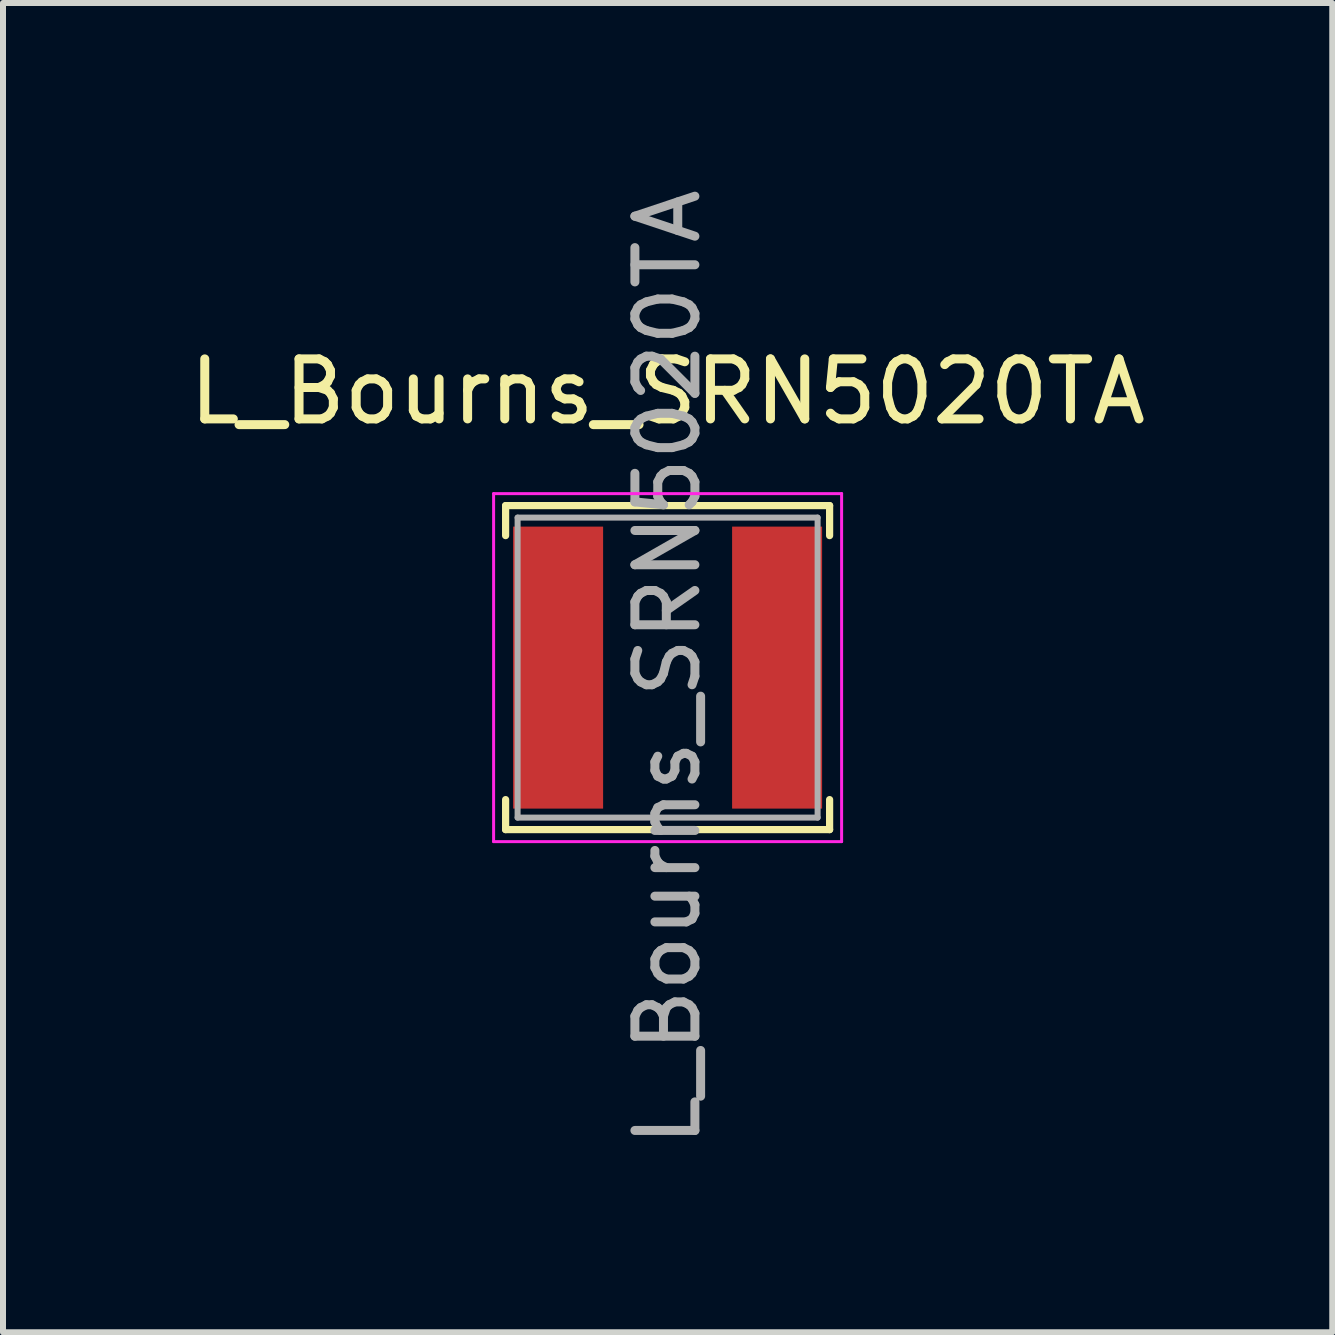
<source format=kicad_pcb>
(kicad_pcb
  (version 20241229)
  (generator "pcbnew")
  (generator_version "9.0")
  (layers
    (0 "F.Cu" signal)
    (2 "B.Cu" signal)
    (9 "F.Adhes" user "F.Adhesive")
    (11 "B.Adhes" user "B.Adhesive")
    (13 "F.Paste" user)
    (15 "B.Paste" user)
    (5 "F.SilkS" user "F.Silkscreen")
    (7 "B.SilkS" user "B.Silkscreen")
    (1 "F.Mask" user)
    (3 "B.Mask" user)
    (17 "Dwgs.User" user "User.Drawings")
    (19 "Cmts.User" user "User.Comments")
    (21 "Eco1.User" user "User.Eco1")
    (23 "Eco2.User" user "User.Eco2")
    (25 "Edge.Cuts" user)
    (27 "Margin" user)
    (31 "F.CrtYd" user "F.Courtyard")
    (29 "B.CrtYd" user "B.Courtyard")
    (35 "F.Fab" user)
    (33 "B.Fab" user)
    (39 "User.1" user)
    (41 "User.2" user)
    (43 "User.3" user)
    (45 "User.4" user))
  (footprint "L_Bourns_SRN5020TA"
    (layer "F.Cu")
    (at 8.077 8.077)
    (property "Reference" "L_Bourns_SRN5020TA" (at 0 -4.6 0) (layer "F.SilkS") (effects (font (size 1 1) (thickness 0.15))))
    (attr smd)
    (fp_line (start -2.7 -2.7) (end -2.7 -2.2) (stroke (width 0.12) (type solid)) (layer "F.SilkS"))
    (fp_line (start -2.7 -2.7) (end 2.7 -2.7) (stroke (width 0.12) (type solid)) (layer "F.SilkS"))
    (fp_line (start -2.7 2.7) (end -2.7 2.2) (stroke (width 0.12) (type solid)) (layer "F.SilkS"))
    (fp_line (start 2.7 -2.7) (end 2.7 -2.2) (stroke (width 0.12) (type solid)) (layer "F.SilkS"))
    (fp_line (start 2.7 2.7) (end -2.7 2.7) (stroke (width 0.12) (type solid)) (layer "F.SilkS"))
    (fp_line (start 2.7 2.7) (end 2.7 2.2) (stroke (width 0.12) (type solid)) (layer "F.SilkS"))
    (fp_line (start -2.9 -2.9) (end -2.9 2.9) (stroke (width 0.05) (type solid)) (layer "F.CrtYd"))
    (fp_line (start -2.9 2.9) (end 2.9 2.9) (stroke (width 0.05) (type solid)) (layer "F.CrtYd"))
    (fp_line (start 2.9 -2.9) (end -2.9 -2.9) (stroke (width 0.05) (type solid)) (layer "F.CrtYd"))
    (fp_line (start 2.9 2.9) (end 2.9 -2.9) (stroke (width 0.05) (type solid)) (layer "F.CrtYd"))
    (fp_line (start -2.5 -2.5) (end -2.5 2.5) (stroke (width 0.1) (type solid)) (layer "F.Fab"))
    (fp_line (start -2.5 -2.5) (end 2.5 -2.5) (stroke (width 0.1) (type solid)) (layer "F.Fab"))
    (fp_line (start -2.5 2.5) (end 2.5 2.5) (stroke (width 0.1) (type solid)) (layer "F.Fab"))
    (fp_line (start 2.5 2.5) (end 2.5 -2.5) (stroke (width 0.1) (type solid)) (layer "F.Fab"))
    (fp_text user "${REFERENCE}" (at 0 0 90) (layer "F.Fab") (effects (font (size 1 1) (thickness 0.15))))
    (pad "1" smd rect (at -1.825 0) (size 1.5 4.7) (layers "F.Cu" "F.Mask" "F.Paste"))
    (pad "2" smd rect (at 1.825 0) (size 1.5 4.7) (layers "F.Cu" "F.Mask" "F.Paste")))
  (gr_rect
    (start -3 -3)
    (end 19.155 19.155)
    (stroke (width 0.1) (type default))
    (fill no)
    (layer "Edge.Cuts")))
</source>
